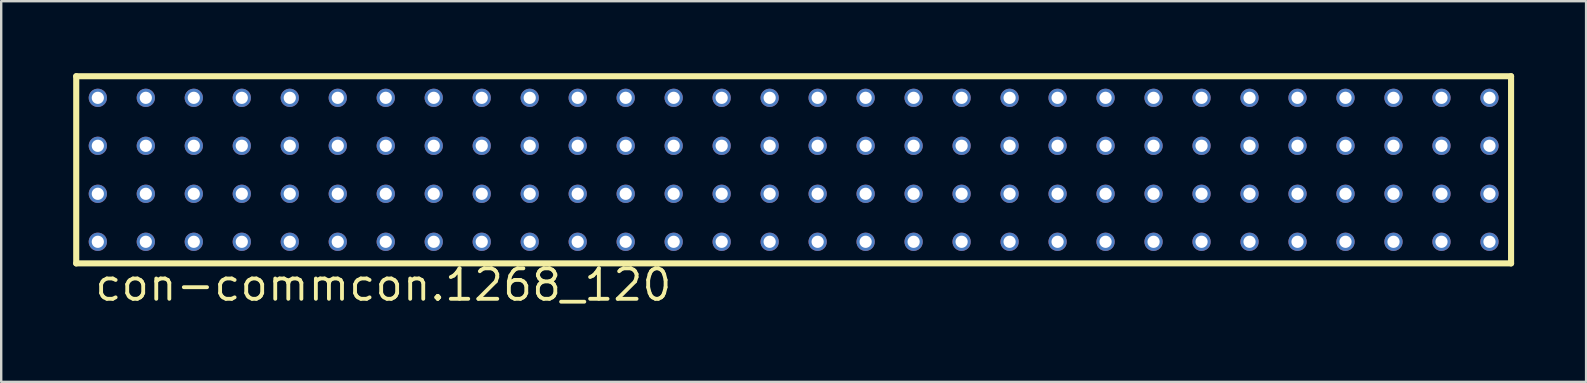
<source format=kicad_pcb>
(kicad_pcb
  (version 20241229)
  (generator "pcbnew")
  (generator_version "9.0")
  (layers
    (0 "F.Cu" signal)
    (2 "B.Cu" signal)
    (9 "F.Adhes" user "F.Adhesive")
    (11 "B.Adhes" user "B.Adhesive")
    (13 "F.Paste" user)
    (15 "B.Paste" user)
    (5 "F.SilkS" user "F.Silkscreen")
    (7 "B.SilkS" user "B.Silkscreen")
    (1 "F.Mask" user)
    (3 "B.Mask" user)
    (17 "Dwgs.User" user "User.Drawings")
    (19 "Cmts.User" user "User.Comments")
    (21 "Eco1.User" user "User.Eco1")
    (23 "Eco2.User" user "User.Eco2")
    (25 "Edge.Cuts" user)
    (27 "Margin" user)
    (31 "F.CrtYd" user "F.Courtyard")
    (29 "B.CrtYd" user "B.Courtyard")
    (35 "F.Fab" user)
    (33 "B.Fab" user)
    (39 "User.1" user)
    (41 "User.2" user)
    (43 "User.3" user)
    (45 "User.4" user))
  (footprint "con-commcon.1268_120"
    (layer "F.Cu")
    (at 30.027 4.027)
    (property "Reference" "con-commcon.1268_120" (at -29.21 5.54 0) (layer "F.SilkS") (effects (font (size 1.27 1.27) (thickness 0.16)) (justify left bottom)))
    (attr through_hole)
    (fp_line (start -29.9 -3.9) (end -29.9 3.9) (stroke (width 0.254) (type default)) (layer "F.SilkS"))
    (fp_line (start -29.9 3.9) (end 29.9 3.9) (stroke (width 0.254) (type default)) (layer "F.SilkS"))
    (fp_line (start 29.9 -3.9) (end -29.9 -3.9) (stroke (width 0.254) (type default)) (layer "F.SilkS"))
    (fp_line (start 29.9 3.9) (end 29.9 -3.9) (stroke (width 0.254) (type default)) (layer "F.SilkS"))
    (pad "A1" thru_hole circle (at -29 3) (size 0.762 0.762) (drill 0.508) (layers "*.Cu" "*.Mask"))
    (pad "A2" thru_hole circle (at -27 3) (size 0.762 0.762) (drill 0.508) (layers "*.Cu" "*.Mask"))
    (pad "A3" thru_hole circle (at -25 3) (size 0.762 0.762) (drill 0.508) (layers "*.Cu" "*.Mask"))
    (pad "A4" thru_hole circle (at -23 3) (size 0.762 0.762) (drill 0.508) (layers "*.Cu" "*.Mask"))
    (pad "A5" thru_hole circle (at -21 3) (size 0.762 0.762) (drill 0.508) (layers "*.Cu" "*.Mask"))
    (pad "A6" thru_hole circle (at -19 3) (size 0.762 0.762) (drill 0.508) (layers "*.Cu" "*.Mask"))
    (pad "A7" thru_hole circle (at -17 3) (size 0.762 0.762) (drill 0.508) (layers "*.Cu" "*.Mask"))
    (pad "A8" thru_hole circle (at -15 3) (size 0.762 0.762) (drill 0.508) (layers "*.Cu" "*.Mask"))
    (pad "A9" thru_hole circle (at -13 3) (size 0.762 0.762) (drill 0.508) (layers "*.Cu" "*.Mask"))
    (pad "A10" thru_hole circle (at -11 3) (size 0.762 0.762) (drill 0.508) (layers "*.Cu" "*.Mask"))
    (pad "A11" thru_hole circle (at -9 3) (size 0.762 0.762) (drill 0.508) (layers "*.Cu" "*.Mask"))
    (pad "A12" thru_hole circle (at -7 3) (size 0.762 0.762) (drill 0.508) (layers "*.Cu" "*.Mask"))
    (pad "A13" thru_hole circle (at -5 3) (size 0.762 0.762) (drill 0.508) (layers "*.Cu" "*.Mask"))
    (pad "A14" thru_hole circle (at -3 3) (size 0.762 0.762) (drill 0.508) (layers "*.Cu" "*.Mask"))
    (pad "A15" thru_hole circle (at -1 3) (size 0.762 0.762) (drill 0.508) (layers "*.Cu" "*.Mask"))
    (pad "A16" thru_hole circle (at 1 3) (size 0.762 0.762) (drill 0.508) (layers "*.Cu" "*.Mask"))
    (pad "A17" thru_hole circle (at 3 3) (size 0.762 0.762) (drill 0.508) (layers "*.Cu" "*.Mask"))
    (pad "A18" thru_hole circle (at 5 3) (size 0.762 0.762) (drill 0.508) (layers "*.Cu" "*.Mask"))
    (pad "A19" thru_hole circle (at 7 3) (size 0.762 0.762) (drill 0.508) (layers "*.Cu" "*.Mask"))
    (pad "A20" thru_hole circle (at 9 3) (size 0.762 0.762) (drill 0.508) (layers "*.Cu" "*.Mask"))
    (pad "A21" thru_hole circle (at 11 3) (size 0.762 0.762) (drill 0.508) (layers "*.Cu" "*.Mask"))
    (pad "A22" thru_hole circle (at 13 3) (size 0.762 0.762) (drill 0.508) (layers "*.Cu" "*.Mask"))
    (pad "A23" thru_hole circle (at 15 3) (size 0.762 0.762) (drill 0.508) (layers "*.Cu" "*.Mask"))
    (pad "A24" thru_hole circle (at 17 3) (size 0.762 0.762) (drill 0.508) (layers "*.Cu" "*.Mask"))
    (pad "A25" thru_hole circle (at 19 3) (size 0.762 0.762) (drill 0.508) (layers "*.Cu" "*.Mask"))
    (pad "A26" thru_hole circle (at 21 3) (size 0.762 0.762) (drill 0.508) (layers "*.Cu" "*.Mask"))
    (pad "A27" thru_hole circle (at 23 3) (size 0.762 0.762) (drill 0.508) (layers "*.Cu" "*.Mask"))
    (pad "A28" thru_hole circle (at 25 3) (size 0.762 0.762) (drill 0.508) (layers "*.Cu" "*.Mask"))
    (pad "A29" thru_hole circle (at 27 3) (size 0.762 0.762) (drill 0.508) (layers "*.Cu" "*.Mask"))
    (pad "A30" thru_hole circle (at 29 3) (size 0.762 0.762) (drill 0.508) (layers "*.Cu" "*.Mask"))
    (pad "B1" thru_hole circle (at -29 1) (size 0.762 0.762) (drill 0.508) (layers "*.Cu" "*.Mask"))
    (pad "B2" thru_hole circle (at -27 1) (size 0.762 0.762) (drill 0.508) (layers "*.Cu" "*.Mask"))
    (pad "B3" thru_hole circle (at -25 1) (size 0.762 0.762) (drill 0.508) (layers "*.Cu" "*.Mask"))
    (pad "B4" thru_hole circle (at -23 1) (size 0.762 0.762) (drill 0.508) (layers "*.Cu" "*.Mask"))
    (pad "B5" thru_hole circle (at -21 1) (size 0.762 0.762) (drill 0.508) (layers "*.Cu" "*.Mask"))
    (pad "B6" thru_hole circle (at -19 1) (size 0.762 0.762) (drill 0.508) (layers "*.Cu" "*.Mask"))
    (pad "B7" thru_hole circle (at -17 1) (size 0.762 0.762) (drill 0.508) (layers "*.Cu" "*.Mask"))
    (pad "B8" thru_hole circle (at -15 1) (size 0.762 0.762) (drill 0.508) (layers "*.Cu" "*.Mask"))
    (pad "B9" thru_hole circle (at -13 1) (size 0.762 0.762) (drill 0.508) (layers "*.Cu" "*.Mask"))
    (pad "B10" thru_hole circle (at -11 1) (size 0.762 0.762) (drill 0.508) (layers "*.Cu" "*.Mask"))
    (pad "B11" thru_hole circle (at -9 1) (size 0.762 0.762) (drill 0.508) (layers "*.Cu" "*.Mask"))
    (pad "B12" thru_hole circle (at -7 1) (size 0.762 0.762) (drill 0.508) (layers "*.Cu" "*.Mask"))
    (pad "B13" thru_hole circle (at -5 1) (size 0.762 0.762) (drill 0.508) (layers "*.Cu" "*.Mask"))
    (pad "B14" thru_hole circle (at -3 1) (size 0.762 0.762) (drill 0.508) (layers "*.Cu" "*.Mask"))
    (pad "B15" thru_hole circle (at -1 1) (size 0.762 0.762) (drill 0.508) (layers "*.Cu" "*.Mask"))
    (pad "B16" thru_hole circle (at 1 1) (size 0.762 0.762) (drill 0.508) (layers "*.Cu" "*.Mask"))
    (pad "B17" thru_hole circle (at 3 1) (size 0.762 0.762) (drill 0.508) (layers "*.Cu" "*.Mask"))
    (pad "B18" thru_hole circle (at 5 1) (size 0.762 0.762) (drill 0.508) (layers "*.Cu" "*.Mask"))
    (pad "B19" thru_hole circle (at 7 1) (size 0.762 0.762) (drill 0.508) (layers "*.Cu" "*.Mask"))
    (pad "B20" thru_hole circle (at 9 1) (size 0.762 0.762) (drill 0.508) (layers "*.Cu" "*.Mask"))
    (pad "B21" thru_hole circle (at 11 1) (size 0.762 0.762) (drill 0.508) (layers "*.Cu" "*.Mask"))
    (pad "B22" thru_hole circle (at 13 1) (size 0.762 0.762) (drill 0.508) (layers "*.Cu" "*.Mask"))
    (pad "B23" thru_hole circle (at 15 1) (size 0.762 0.762) (drill 0.508) (layers "*.Cu" "*.Mask"))
    (pad "B24" thru_hole circle (at 17 1) (size 0.762 0.762) (drill 0.508) (layers "*.Cu" "*.Mask"))
    (pad "B25" thru_hole circle (at 19 1) (size 0.762 0.762) (drill 0.508) (layers "*.Cu" "*.Mask"))
    (pad "B26" thru_hole circle (at 21 1) (size 0.762 0.762) (drill 0.508) (layers "*.Cu" "*.Mask"))
    (pad "B27" thru_hole circle (at 23 1) (size 0.762 0.762) (drill 0.508) (layers "*.Cu" "*.Mask"))
    (pad "B28" thru_hole circle (at 25 1) (size 0.762 0.762) (drill 0.508) (layers "*.Cu" "*.Mask"))
    (pad "B29" thru_hole circle (at 27 1) (size 0.762 0.762) (drill 0.508) (layers "*.Cu" "*.Mask"))
    (pad "B30" thru_hole circle (at 29 1) (size 0.762 0.762) (drill 0.508) (layers "*.Cu" "*.Mask"))
    (pad "C1" thru_hole circle (at -29 -1) (size 0.762 0.762) (drill 0.508) (layers "*.Cu" "*.Mask"))
    (pad "C2" thru_hole circle (at -27 -1) (size 0.762 0.762) (drill 0.508) (layers "*.Cu" "*.Mask"))
    (pad "C3" thru_hole circle (at -25 -1) (size 0.762 0.762) (drill 0.508) (layers "*.Cu" "*.Mask"))
    (pad "C4" thru_hole circle (at -23 -1) (size 0.762 0.762) (drill 0.508) (layers "*.Cu" "*.Mask"))
    (pad "C5" thru_hole circle (at -21 -1) (size 0.762 0.762) (drill 0.508) (layers "*.Cu" "*.Mask"))
    (pad "C6" thru_hole circle (at -19 -1) (size 0.762 0.762) (drill 0.508) (layers "*.Cu" "*.Mask"))
    (pad "C7" thru_hole circle (at -17 -1) (size 0.762 0.762) (drill 0.508) (layers "*.Cu" "*.Mask"))
    (pad "C8" thru_hole circle (at -15 -1) (size 0.762 0.762) (drill 0.508) (layers "*.Cu" "*.Mask"))
    (pad "C9" thru_hole circle (at -13 -1) (size 0.762 0.762) (drill 0.508) (layers "*.Cu" "*.Mask"))
    (pad "C10" thru_hole circle (at -11 -1) (size 0.762 0.762) (drill 0.508) (layers "*.Cu" "*.Mask"))
    (pad "C11" thru_hole circle (at -9 -1) (size 0.762 0.762) (drill 0.508) (layers "*.Cu" "*.Mask"))
    (pad "C12" thru_hole circle (at -7 -1) (size 0.762 0.762) (drill 0.508) (layers "*.Cu" "*.Mask"))
    (pad "C13" thru_hole circle (at -5 -1) (size 0.762 0.762) (drill 0.508) (layers "*.Cu" "*.Mask"))
    (pad "C14" thru_hole circle (at -3 -1) (size 0.762 0.762) (drill 0.508) (layers "*.Cu" "*.Mask"))
    (pad "C15" thru_hole circle (at -1 -1) (size 0.762 0.762) (drill 0.508) (layers "*.Cu" "*.Mask"))
    (pad "C16" thru_hole circle (at 1 -1) (size 0.762 0.762) (drill 0.508) (layers "*.Cu" "*.Mask"))
    (pad "C17" thru_hole circle (at 3 -1) (size 0.762 0.762) (drill 0.508) (layers "*.Cu" "*.Mask"))
    (pad "C18" thru_hole circle (at 5 -1) (size 0.762 0.762) (drill 0.508) (layers "*.Cu" "*.Mask"))
    (pad "C19" thru_hole circle (at 7 -1) (size 0.762 0.762) (drill 0.508) (layers "*.Cu" "*.Mask"))
    (pad "C20" thru_hole circle (at 9 -1) (size 0.762 0.762) (drill 0.508) (layers "*.Cu" "*.Mask"))
    (pad "C21" thru_hole circle (at 11 -1) (size 0.762 0.762) (drill 0.508) (layers "*.Cu" "*.Mask"))
    (pad "C22" thru_hole circle (at 13 -1) (size 0.762 0.762) (drill 0.508) (layers "*.Cu" "*.Mask"))
    (pad "C23" thru_hole circle (at 15 -1) (size 0.762 0.762) (drill 0.508) (layers "*.Cu" "*.Mask"))
    (pad "C24" thru_hole circle (at 17 -1) (size 0.762 0.762) (drill 0.508) (layers "*.Cu" "*.Mask"))
    (pad "C25" thru_hole circle (at 19 -1) (size 0.762 0.762) (drill 0.508) (layers "*.Cu" "*.Mask"))
    (pad "C26" thru_hole circle (at 21 -1) (size 0.762 0.762) (drill 0.508) (layers "*.Cu" "*.Mask"))
    (pad "C27" thru_hole circle (at 23 -1) (size 0.762 0.762) (drill 0.508) (layers "*.Cu" "*.Mask"))
    (pad "C28" thru_hole circle (at 25 -1) (size 0.762 0.762) (drill 0.508) (layers "*.Cu" "*.Mask"))
    (pad "C29" thru_hole circle (at 27 -1) (size 0.762 0.762) (drill 0.508) (layers "*.Cu" "*.Mask"))
    (pad "C30" thru_hole circle (at 29 -1) (size 0.762 0.762) (drill 0.508) (layers "*.Cu" "*.Mask"))
    (pad "D1" thru_hole circle (at -29 -3) (size 0.762 0.762) (drill 0.508) (layers "*.Cu" "*.Mask"))
    (pad "D2" thru_hole circle (at -27 -3) (size 0.762 0.762) (drill 0.508) (layers "*.Cu" "*.Mask"))
    (pad "D3" thru_hole circle (at -25 -3) (size 0.762 0.762) (drill 0.508) (layers "*.Cu" "*.Mask"))
    (pad "D4" thru_hole circle (at -23 -3) (size 0.762 0.762) (drill 0.508) (layers "*.Cu" "*.Mask"))
    (pad "D5" thru_hole circle (at -21 -3) (size 0.762 0.762) (drill 0.508) (layers "*.Cu" "*.Mask"))
    (pad "D6" thru_hole circle (at -19 -3) (size 0.762 0.762) (drill 0.508) (layers "*.Cu" "*.Mask"))
    (pad "D7" thru_hole circle (at -17 -3) (size 0.762 0.762) (drill 0.508) (layers "*.Cu" "*.Mask"))
    (pad "D8" thru_hole circle (at -15 -3) (size 0.762 0.762) (drill 0.508) (layers "*.Cu" "*.Mask"))
    (pad "D9" thru_hole circle (at -13 -3) (size 0.762 0.762) (drill 0.508) (layers "*.Cu" "*.Mask"))
    (pad "D10" thru_hole circle (at -11 -3) (size 0.762 0.762) (drill 0.508) (layers "*.Cu" "*.Mask"))
    (pad "D11" thru_hole circle (at -9 -3) (size 0.762 0.762) (drill 0.508) (layers "*.Cu" "*.Mask"))
    (pad "D12" thru_hole circle (at -7 -3) (size 0.762 0.762) (drill 0.508) (layers "*.Cu" "*.Mask"))
    (pad "D13" thru_hole circle (at -5 -3) (size 0.762 0.762) (drill 0.508) (layers "*.Cu" "*.Mask"))
    (pad "D14" thru_hole circle (at -3 -3) (size 0.762 0.762) (drill 0.508) (layers "*.Cu" "*.Mask"))
    (pad "D15" thru_hole circle (at -1 -3) (size 0.762 0.762) (drill 0.508) (layers "*.Cu" "*.Mask"))
    (pad "D16" thru_hole circle (at 1 -3) (size 0.762 0.762) (drill 0.508) (layers "*.Cu" "*.Mask"))
    (pad "D17" thru_hole circle (at 3 -3) (size 0.762 0.762) (drill 0.508) (layers "*.Cu" "*.Mask"))
    (pad "D18" thru_hole circle (at 5 -3) (size 0.762 0.762) (drill 0.508) (layers "*.Cu" "*.Mask"))
    (pad "D19" thru_hole circle (at 7 -3) (size 0.762 0.762) (drill 0.508) (layers "*.Cu" "*.Mask"))
    (pad "D20" thru_hole circle (at 9 -3) (size 0.762 0.762) (drill 0.508) (layers "*.Cu" "*.Mask"))
    (pad "D21" thru_hole circle (at 11 -3) (size 0.762 0.762) (drill 0.508) (layers "*.Cu" "*.Mask"))
    (pad "D22" thru_hole circle (at 13 -3) (size 0.762 0.762) (drill 0.508) (layers "*.Cu" "*.Mask"))
    (pad "D23" thru_hole circle (at 15 -3) (size 0.762 0.762) (drill 0.508) (layers "*.Cu" "*.Mask"))
    (pad "D24" thru_hole circle (at 17 -3) (size 0.762 0.762) (drill 0.508) (layers "*.Cu" "*.Mask"))
    (pad "D25" thru_hole circle (at 19 -3) (size 0.762 0.762) (drill 0.508) (layers "*.Cu" "*.Mask"))
    (pad "D26" thru_hole circle (at 21 -3) (size 0.762 0.762) (drill 0.508) (layers "*.Cu" "*.Mask"))
    (pad "D27" thru_hole circle (at 23 -3) (size 0.762 0.762) (drill 0.508) (layers "*.Cu" "*.Mask"))
    (pad "D28" thru_hole circle (at 25 -3) (size 0.762 0.762) (drill 0.508) (layers "*.Cu" "*.Mask"))
    (pad "D29" thru_hole circle (at 27 -3) (size 0.762 0.762) (drill 0.508) (layers "*.Cu" "*.Mask"))
    (pad "D30" thru_hole circle (at 29 -3) (size 0.762 0.762) (drill 0.508) (layers "*.Cu" "*.Mask")))
  (gr_rect
    (start -3 -3)
    (end 63.054 12.864)
    (stroke (width 0.1) (type default))
    (fill no)
    (layer "Edge.Cuts")))
</source>
